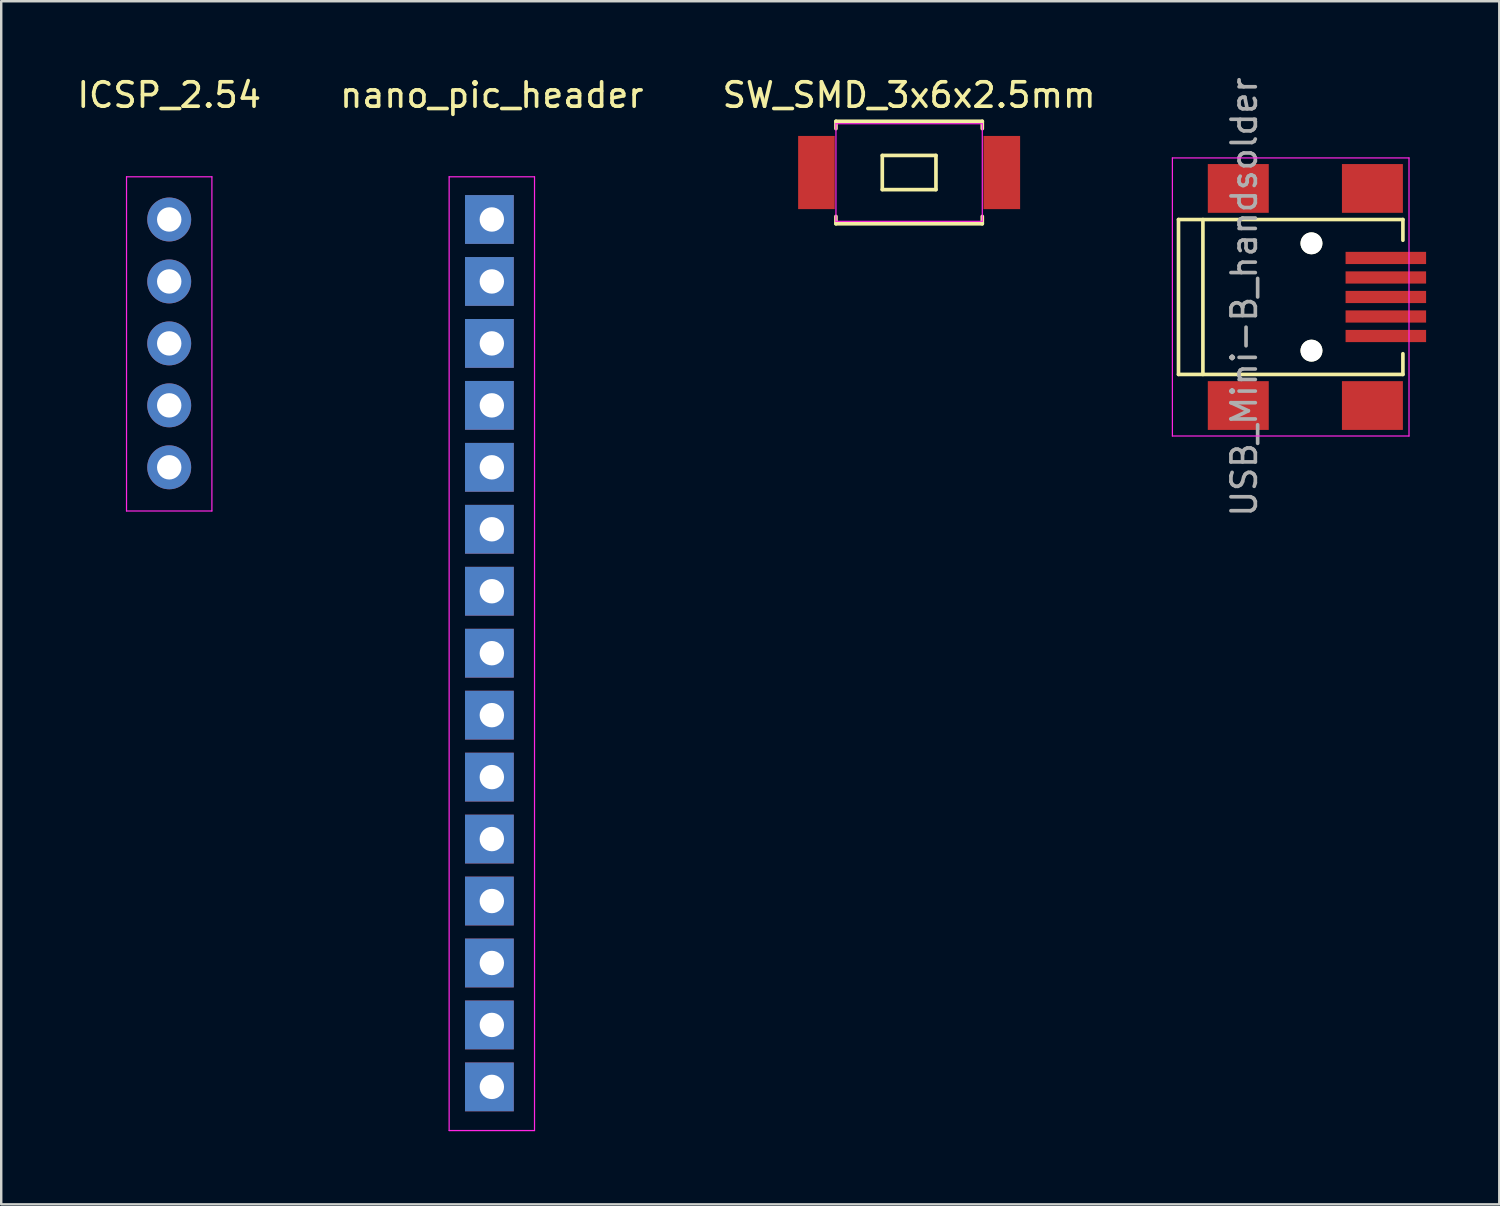
<source format=kicad_pcb>
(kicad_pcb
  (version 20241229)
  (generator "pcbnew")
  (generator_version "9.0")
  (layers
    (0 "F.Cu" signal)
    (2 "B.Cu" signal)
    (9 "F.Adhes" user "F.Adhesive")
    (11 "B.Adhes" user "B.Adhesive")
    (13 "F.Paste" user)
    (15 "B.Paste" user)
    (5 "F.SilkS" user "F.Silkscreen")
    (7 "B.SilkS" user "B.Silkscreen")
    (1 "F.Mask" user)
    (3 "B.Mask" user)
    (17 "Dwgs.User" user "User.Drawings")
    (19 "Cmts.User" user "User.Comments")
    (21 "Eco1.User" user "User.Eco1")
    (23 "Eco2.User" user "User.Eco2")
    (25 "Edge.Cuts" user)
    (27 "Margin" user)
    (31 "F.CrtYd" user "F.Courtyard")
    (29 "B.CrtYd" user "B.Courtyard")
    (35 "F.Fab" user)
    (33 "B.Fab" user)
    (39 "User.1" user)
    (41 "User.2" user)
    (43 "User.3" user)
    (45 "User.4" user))
  (footprint "nano_pic_header"
    (layer "F.Cu")
    (at 17.113 5.948)
    (property "Reference" "nano_pic_header" (at 0 -5.1 0) (layer "F.SilkS") (effects (font (size 1 1) (thickness 0.15))))
    (attr through_hole)
    (fp_line (start -1.75 -1.75) (end -1.75 37.35) (stroke (width 0.05) (type solid)) (layer "F.CrtYd"))
    (fp_line (start -1.75 -1.75) (end 1.75 -1.75) (stroke (width 0.05) (type solid)) (layer "F.CrtYd"))
    (fp_line (start -1.75 37.35) (end 1.75 37.35) (stroke (width 0.05) (type solid)) (layer "F.CrtYd"))
    (fp_line (start 1.75 -1.75) (end 1.75 37.35) (stroke (width 0.05) (type solid)) (layer "F.CrtYd"))
    (pad "1" thru_hole rect (at 0 0) (size 2 2) (drill 1 (offset -0.1 0)) (layers "*.Cu" "*.Mask"))
    (pad "2" thru_hole rect (at 0 2.54) (size 2 2) (drill 1 (offset -0.1 0)) (layers "*.Cu" "*.Mask"))
    (pad "3" thru_hole rect (at 0 5.08) (size 2 2) (drill 1 (offset -0.1 0)) (layers "*.Cu" "*.Mask"))
    (pad "4" thru_hole rect (at 0 7.62) (size 2 2) (drill 1 (offset -0.1 0)) (layers "*.Cu" "*.Mask"))
    (pad "5" thru_hole rect (at 0 10.16) (size 2 2) (drill 1 (offset -0.1 0)) (layers "*.Cu" "*.Mask"))
    (pad "6" thru_hole rect (at 0 12.7) (size 2 2) (drill 1 (offset -0.1 0)) (layers "*.Cu" "*.Mask"))
    (pad "7" thru_hole rect (at 0 15.24) (size 2 2) (drill 1 (offset -0.1 0)) (layers "*.Cu" "*.Mask"))
    (pad "8" thru_hole rect (at 0 17.78) (size 2 2) (drill 1 (offset -0.1 0)) (layers "*.Cu" "*.Mask"))
    (pad "9" thru_hole rect (at 0 20.32) (size 2 2) (drill 1 (offset -0.1 0)) (layers "*.Cu" "*.Mask"))
    (pad "10" thru_hole rect (at 0 22.86) (size 2 2) (drill 1 (offset -0.1 0)) (layers "*.Cu" "*.Mask"))
    (pad "11" thru_hole rect (at 0 25.4) (size 2 2) (drill 1 (offset -0.1 0)) (layers "*.Cu" "*.Mask"))
    (pad "12" thru_hole rect (at 0 27.94) (size 2 2) (drill 1 (offset -0.1 0)) (layers "*.Cu" "*.Mask"))
    (pad "13" thru_hole rect (at 0 30.48) (size 2 2) (drill 1 (offset -0.1 0)) (layers "*.Cu" "*.Mask"))
    (pad "14" thru_hole rect (at 0 33.02) (size 2 2) (drill 1 (offset -0.1 0)) (layers "*.Cu" "*.Mask"))
    (pad "15" thru_hole rect (at 0 35.56) (size 2 2) (drill 1 (offset -0.1 0)) (layers "*.Cu" "*.Mask")))
  (footprint "ICSP_2.54"
    (layer "F.Cu")
    (at 3.887 5.948)
    (property "Reference" "ICSP_2.54" (at 0 -5.1 0) (layer "F.SilkS") (effects (font (size 1 1) (thickness 0.15))))
    (attr through_hole)
    (fp_line (start -1.75 -1.75) (end -1.75 11.95) (stroke (width 0.05) (type solid)) (layer "F.CrtYd"))
    (fp_line (start -1.75 -1.75) (end 1.75 -1.75) (stroke (width 0.05) (type solid)) (layer "F.CrtYd"))
    (fp_line (start -1.75 11.95) (end 1.75 11.95) (stroke (width 0.05) (type solid)) (layer "F.CrtYd"))
    (fp_line (start 1.75 -1.75) (end 1.75 11.95) (stroke (width 0.05) (type solid)) (layer "F.CrtYd"))
    (pad "1" thru_hole circle (at 0 0) (size 1.8 1.8) (drill 1) (layers "*.Cu" "*.Mask"))
    (pad "2" thru_hole circle (at 0 2.54) (size 1.8 1.8) (drill 1) (layers "*.Cu" "*.Mask"))
    (pad "3" thru_hole circle (at 0 5.08) (size 1.8 1.8) (drill 1) (layers "*.Cu" "*.Mask"))
    (pad "4" thru_hole circle (at 0 7.62) (size 1.8 1.8) (drill 1) (layers "*.Cu" "*.Mask"))
    (pad "5" thru_hole circle (at 0 10.16) (size 1.8 1.8) (drill 1) (layers "*.Cu" "*.Mask")))
  (footprint "USB_Mini-B_handsolder"
    (layer "F.Cu")
    (at 49.863 9.125)
    (property "Reference" "USB_Mini-B_handsolder" (at -1.905 0 90) (layer "F.Fab") (effects (font (size 1 1) (thickness 0.15))))
    (attr smd)
    (fp_line (start -4.6 -3.175) (end -4.6 3.175) (stroke (width 0.15) (type solid)) (layer "F.SilkS"))
    (fp_line (start -4.6 3.175) (end 4.6 3.175) (stroke (width 0.15) (type solid)) (layer "F.SilkS"))
    (fp_line (start -3.599 -3.175) (end -3.599 3.175) (stroke (width 0.15) (type solid)) (layer "F.SilkS"))
    (fp_line (start 4.6 -3.175) (end -4.6 -3.175) (stroke (width 0.15) (type solid)) (layer "F.SilkS"))
    (fp_line (start 4.6 -3.175) (end 4.6 -2.327) (stroke (width 0.15) (type solid)) (layer "F.SilkS"))
    (fp_line (start 4.6 3.175) (end 4.6 2.327) (stroke (width 0.15) (type solid)) (layer "F.SilkS"))
    (fp_line (start -4.85 -5.7) (end 4.85 -5.7) (stroke (width 0.05) (type solid)) (layer "F.CrtYd"))
    (fp_line (start -4.85 5.7) (end -4.85 -5.7) (stroke (width 0.05) (type solid)) (layer "F.CrtYd"))
    (fp_line (start 4.85 -5.7) (end 4.85 5.7) (stroke (width 0.05) (type solid)) (layer "F.CrtYd"))
    (fp_line (start 4.85 5.7) (end -4.85 5.7) (stroke (width 0.05) (type solid)) (layer "F.CrtYd"))
    (pad "" np_thru_hole circle (at 0.851 -2.2) (size 0.899 0.899) (drill 0.899) (layers "*.Cu" "*.Mask" "F.SilkS"))
    (pad "" np_thru_hole circle (at 0.851 2.2) (size 0.899 0.899) (drill 0.899) (layers "*.Cu" "*.Mask" "F.SilkS"))
    (pad "1" smd rect (at 3.9 -1.6) (size 3.301 0.5) (layers "F.Cu" "F.Mask" "F.Paste"))
    (pad "2" smd rect (at 3.9 -0.8) (size 3.301 0.5) (layers "F.Cu" "F.Mask" "F.Paste"))
    (pad "3" smd rect (at 3.9 0) (size 3.301 0.5) (layers "F.Cu" "F.Mask" "F.Paste"))
    (pad "4" smd rect (at 3.9 0.8) (size 3.301 0.5) (layers "F.Cu" "F.Mask" "F.Paste"))
    (pad "5" smd rect (at 3.9 1.6) (size 3.301 0.5) (layers "F.Cu" "F.Mask" "F.Paste"))
    (pad "6" smd rect (at -2.149 -4.45) (size 2.499 1.999) (layers "F.Cu" "F.Mask" "F.Paste"))
    (pad "6" smd rect (at -2.149 4.45) (size 2.499 1.999) (layers "F.Cu" "F.Mask" "F.Paste"))
    (pad "6" smd rect (at 3.35 -4.45) (size 2.499 1.999) (layers "F.Cu" "F.Mask" "F.Paste"))
    (pad "6" smd rect (at 3.35 4.45) (size 2.499 1.999) (layers "F.Cu" "F.Mask" "F.Paste")))
  (footprint "SW_SMD_3x6x2.5mm"
    (layer "F.Cu")
    (at 34.22 4.023)
    (property "Reference" "SW_SMD_3x6x2.5mm" (at 0 -3.175 0) (layer "F.SilkS") (effects (font (size 1 1) (thickness 0.15))))
    (attr smd)
    (fp_line (start -3 -2.1) (end 3 -2.1) (stroke (width 0.15) (type solid)) (layer "F.SilkS"))
    (fp_line (start -3 -1.8) (end -3 -2.1) (stroke (width 0.15) (type solid)) (layer "F.SilkS"))
    (fp_line (start -3 2.1) (end -3 1.8) (stroke (width 0.15) (type solid)) (layer "F.SilkS"))
    (fp_line (start -3 2.1) (end 3 2.1) (stroke (width 0.15) (type solid)) (layer "F.SilkS"))
    (fp_line (start -1.1 -0.7) (end 1.1 -0.7) (stroke (width 0.15) (type solid)) (layer "F.SilkS"))
    (fp_line (start -1.1 0.7) (end -1.1 -0.7) (stroke (width 0.15) (type solid)) (layer "F.SilkS"))
    (fp_line (start 1.1 -0.7) (end 1.1 0.7) (stroke (width 0.15) (type solid)) (layer "F.SilkS"))
    (fp_line (start 1.1 0.7) (end -1.1 0.7) (stroke (width 0.15) (type solid)) (layer "F.SilkS"))
    (fp_line (start 3 -1.8) (end 3 -2.1) (stroke (width 0.15) (type solid)) (layer "F.SilkS"))
    (fp_line (start 3 2.1) (end 3 1.8) (stroke (width 0.15) (type solid)) (layer "F.SilkS"))
    (fp_line (start -3 -2) (end -3 2) (stroke (width 0.05) (type solid)) (layer "F.CrtYd"))
    (fp_line (start -3 -2) (end 3 -2) (stroke (width 0.05) (type solid)) (layer "F.CrtYd"))
    (fp_line (start -3 2) (end 3 2) (stroke (width 0.05) (type solid)) (layer "F.CrtYd"))
    (fp_line (start 3 -2) (end 3 2) (stroke (width 0.05) (type solid)) (layer "F.CrtYd"))
    (pad "1" smd rect (at -3.8 0) (size 1.5 3) (layers "F.Cu" "F.Mask" "F.Paste"))
    (pad "2" smd rect (at 3.8 0) (size 1.5 3) (layers "F.Cu" "F.Mask" "F.Paste")))
  (gr_rect
    (start -3 -3)
    (end 58.414 46.323)
    (stroke (width 0.1) (type default))
    (fill no)
    (layer "Edge.Cuts")))
</source>
